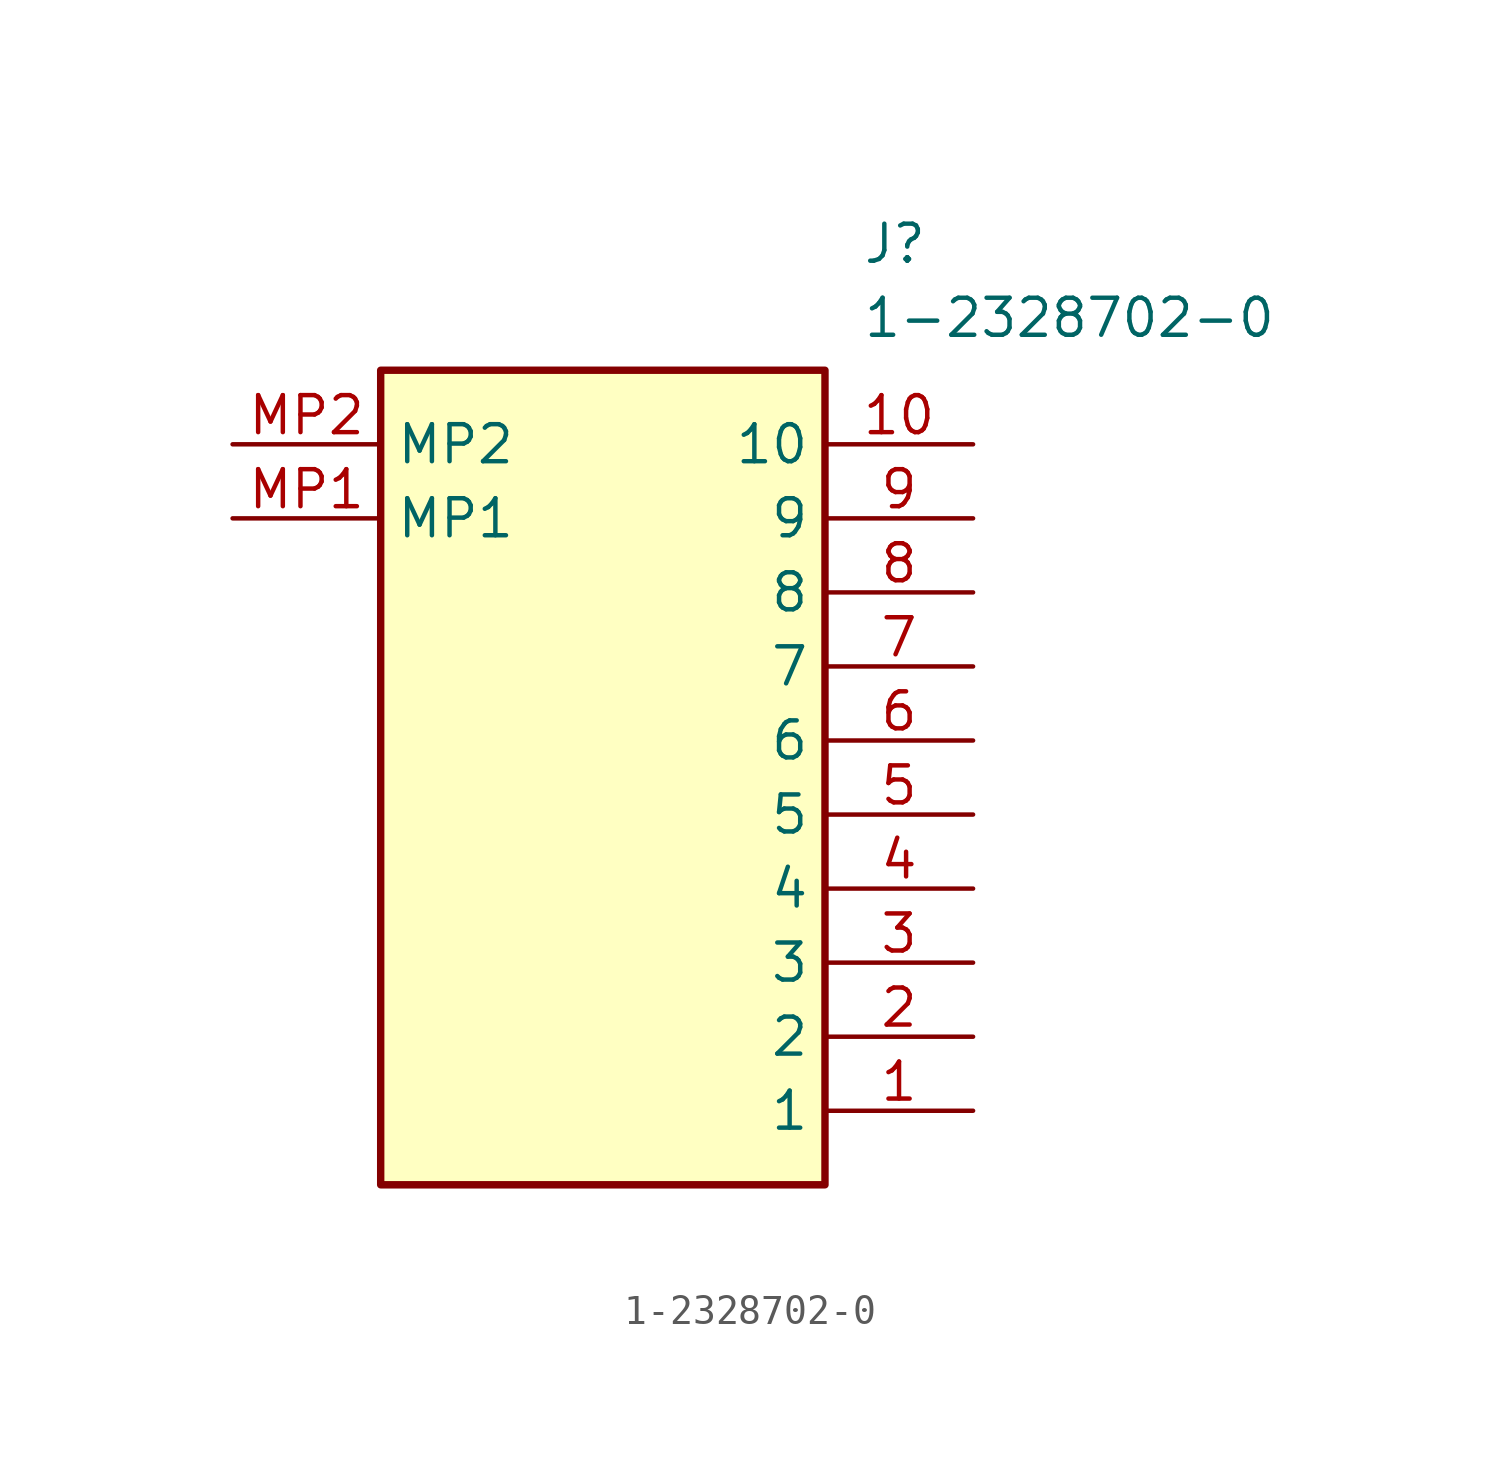
<source format=kicad_sym>
(kicad_symbol_lib
  (version 20211014)
  (generator SamacSys_ECAD_Model)
  (symbol "1-2328702-0"
    (property "Reference" "J"
      (at 21.59 7.62 0)
      (effects (font (size 1.27 1.27)) (justify left top)))
    (property "Value" "1-2328702-0"
      (at 21.59 5.08 0)
      (effects (font (size 1.27 1.27)) (justify left top)))
    (rectangle
      (start 5.08 2.54)
      (end 20.32 -25.4)
      (stroke (width 0.254) (type default))
      (fill (type background)))
    (pin passive line
      (at 25.4 -22.86 180)
      (length 5.08)
      (name "1" (effects (font (size 1.27 1.27))))
      (number "1" (effects (font (size 1.27 1.27)))))
    (pin passive line
      (at 25.4 -20.32 180)
      (length 5.08)
      (name "2" (effects (font (size 1.27 1.27))))
      (number "2" (effects (font (size 1.27 1.27)))))
    (pin passive line
      (at 25.4 -17.78 180)
      (length 5.08)
      (name "3" (effects (font (size 1.27 1.27))))
      (number "3" (effects (font (size 1.27 1.27)))))
    (pin passive line
      (at 25.4 -15.24 180)
      (length 5.08)
      (name "4" (effects (font (size 1.27 1.27))))
      (number "4" (effects (font (size 1.27 1.27)))))
    (pin passive line
      (at 25.4 -12.7 180)
      (length 5.08)
      (name "5" (effects (font (size 1.27 1.27))))
      (number "5" (effects (font (size 1.27 1.27)))))
    (pin passive line
      (at 25.4 -10.16 180)
      (length 5.08)
      (name "6" (effects (font (size 1.27 1.27))))
      (number "6" (effects (font (size 1.27 1.27)))))
    (pin passive line
      (at 25.4 -7.62 180)
      (length 5.08)
      (name "7" (effects (font (size 1.27 1.27))))
      (number "7" (effects (font (size 1.27 1.27)))))
    (pin passive line
      (at 25.4 -5.08 180)
      (length 5.08)
      (name "8" (effects (font (size 1.27 1.27))))
      (number "8" (effects (font (size 1.27 1.27)))))
    (pin passive line
      (at 25.4 -2.54 180)
      (length 5.08)
      (name "9" (effects (font (size 1.27 1.27))))
      (number "9" (effects (font (size 1.27 1.27)))))
    (pin passive line
      (at 25.4 0 180)
      (length 5.08)
      (name "10" (effects (font (size 1.27 1.27))))
      (number "10" (effects (font (size 1.27 1.27)))))
    (pin passive line
      (at 0 -2.54 0)
      (length 5.08)
      (name "MP1" (effects (font (size 1.27 1.27))))
      (number "MP1" (effects (font (size 1.27 1.27)))))
    (pin passive line
      (at 0 0 0)
      (length 5.08)
      (name "MP2" (effects (font (size 1.27 1.27))))
      (number "MP2" (effects (font (size 1.27 1.27)))))))
</source>
